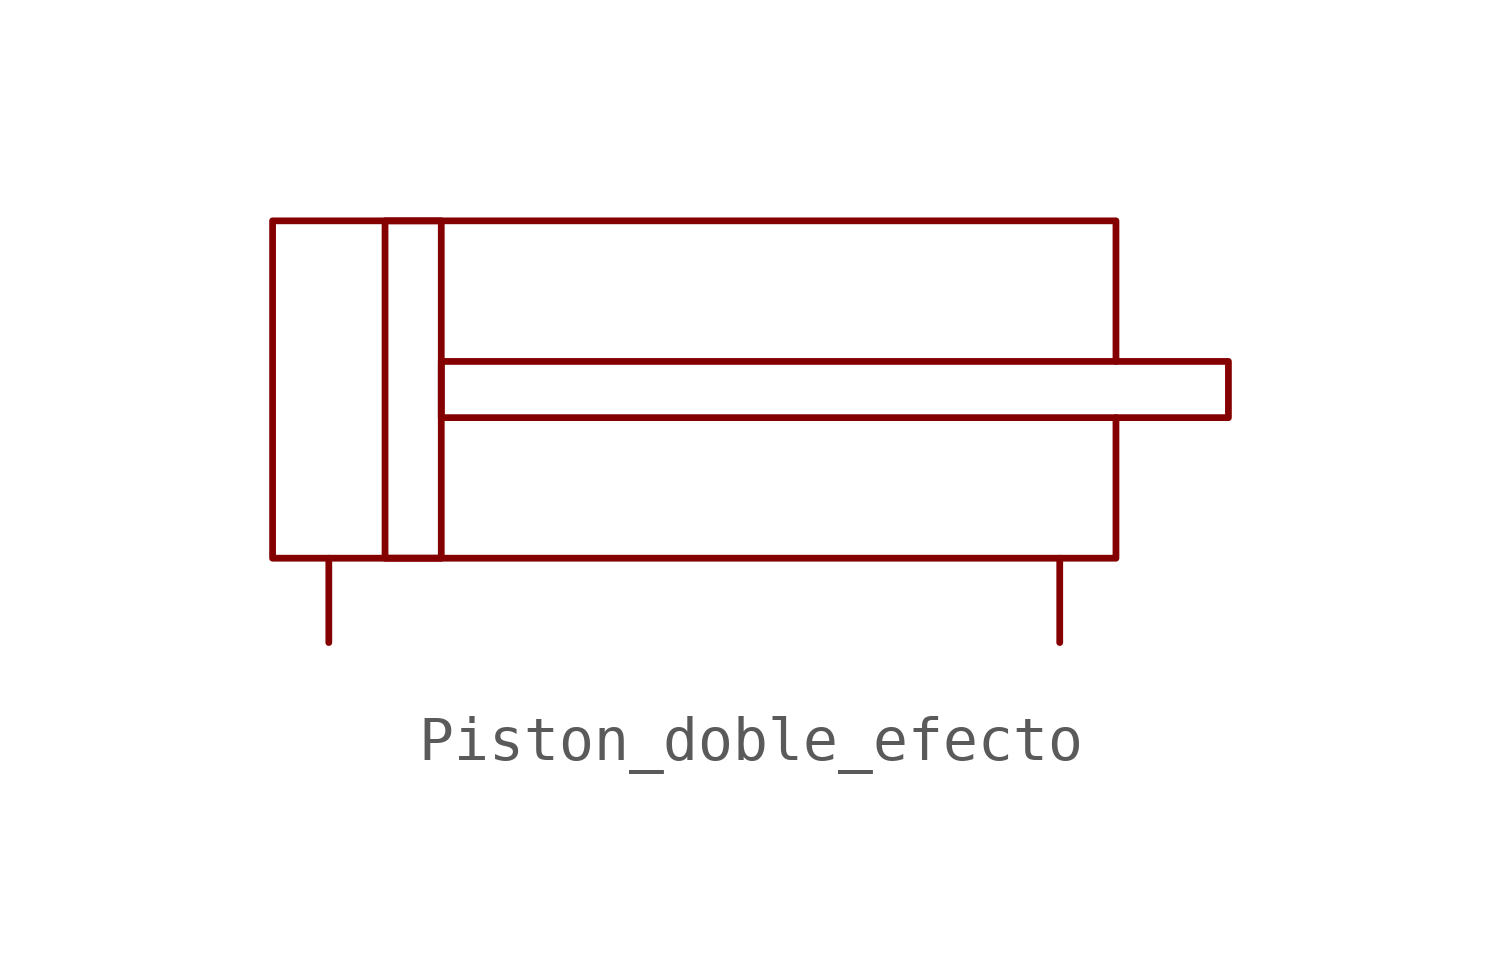
<source format=kicad_sym>
(kicad_symbol_lib
  (version 20211014)
  (generator kicad_symbol_editor)
  (symbol "Piston_doble_efecto"
    (pin_names
      (offset 1.016))
    (property "Reference" "V"
      (at 6.985 -1.27 0)
      (effects (font (size 2.54 2.54)) (justify left) hide))
    (symbol "Piston_doble_efecto_0_1"
      (polyline (pts (xy 17.78 6.35) (xy 17.78 9.525) (xy -1.27 9.525) (xy -1.27 1.905) (xy 17.78 1.905) (xy 17.78 5.08)) (stroke (width 0) (type default) (color 0 0 0 0)) (fill (type none)))
      (rectangle (start 1.27 9.525) (end 2.54 1.905) (stroke (width 0) (type default) (color 0 0 0 0)) (fill (type none)))
      (rectangle (start 20.32 6.35) (end 2.54 5.08) (stroke (width 0) (type default) (color 0 0 0 0)) (fill (type none))))
    (symbol "Piston_doble_efecto_1_1"
      (pin bidirectional line (at 0 0 90) (length 1.905) (name "" (effects (font (size 1.27 1.27)))) (number "" (effects (font (size 1.27 1.27)))))
      (pin bidirectional line (at 16.51 0 90) (length 1.905) (name "" (effects (font (size 1.27 1.27)))) (number "" (effects (font (size 1.27 1.27))))))))
</source>
